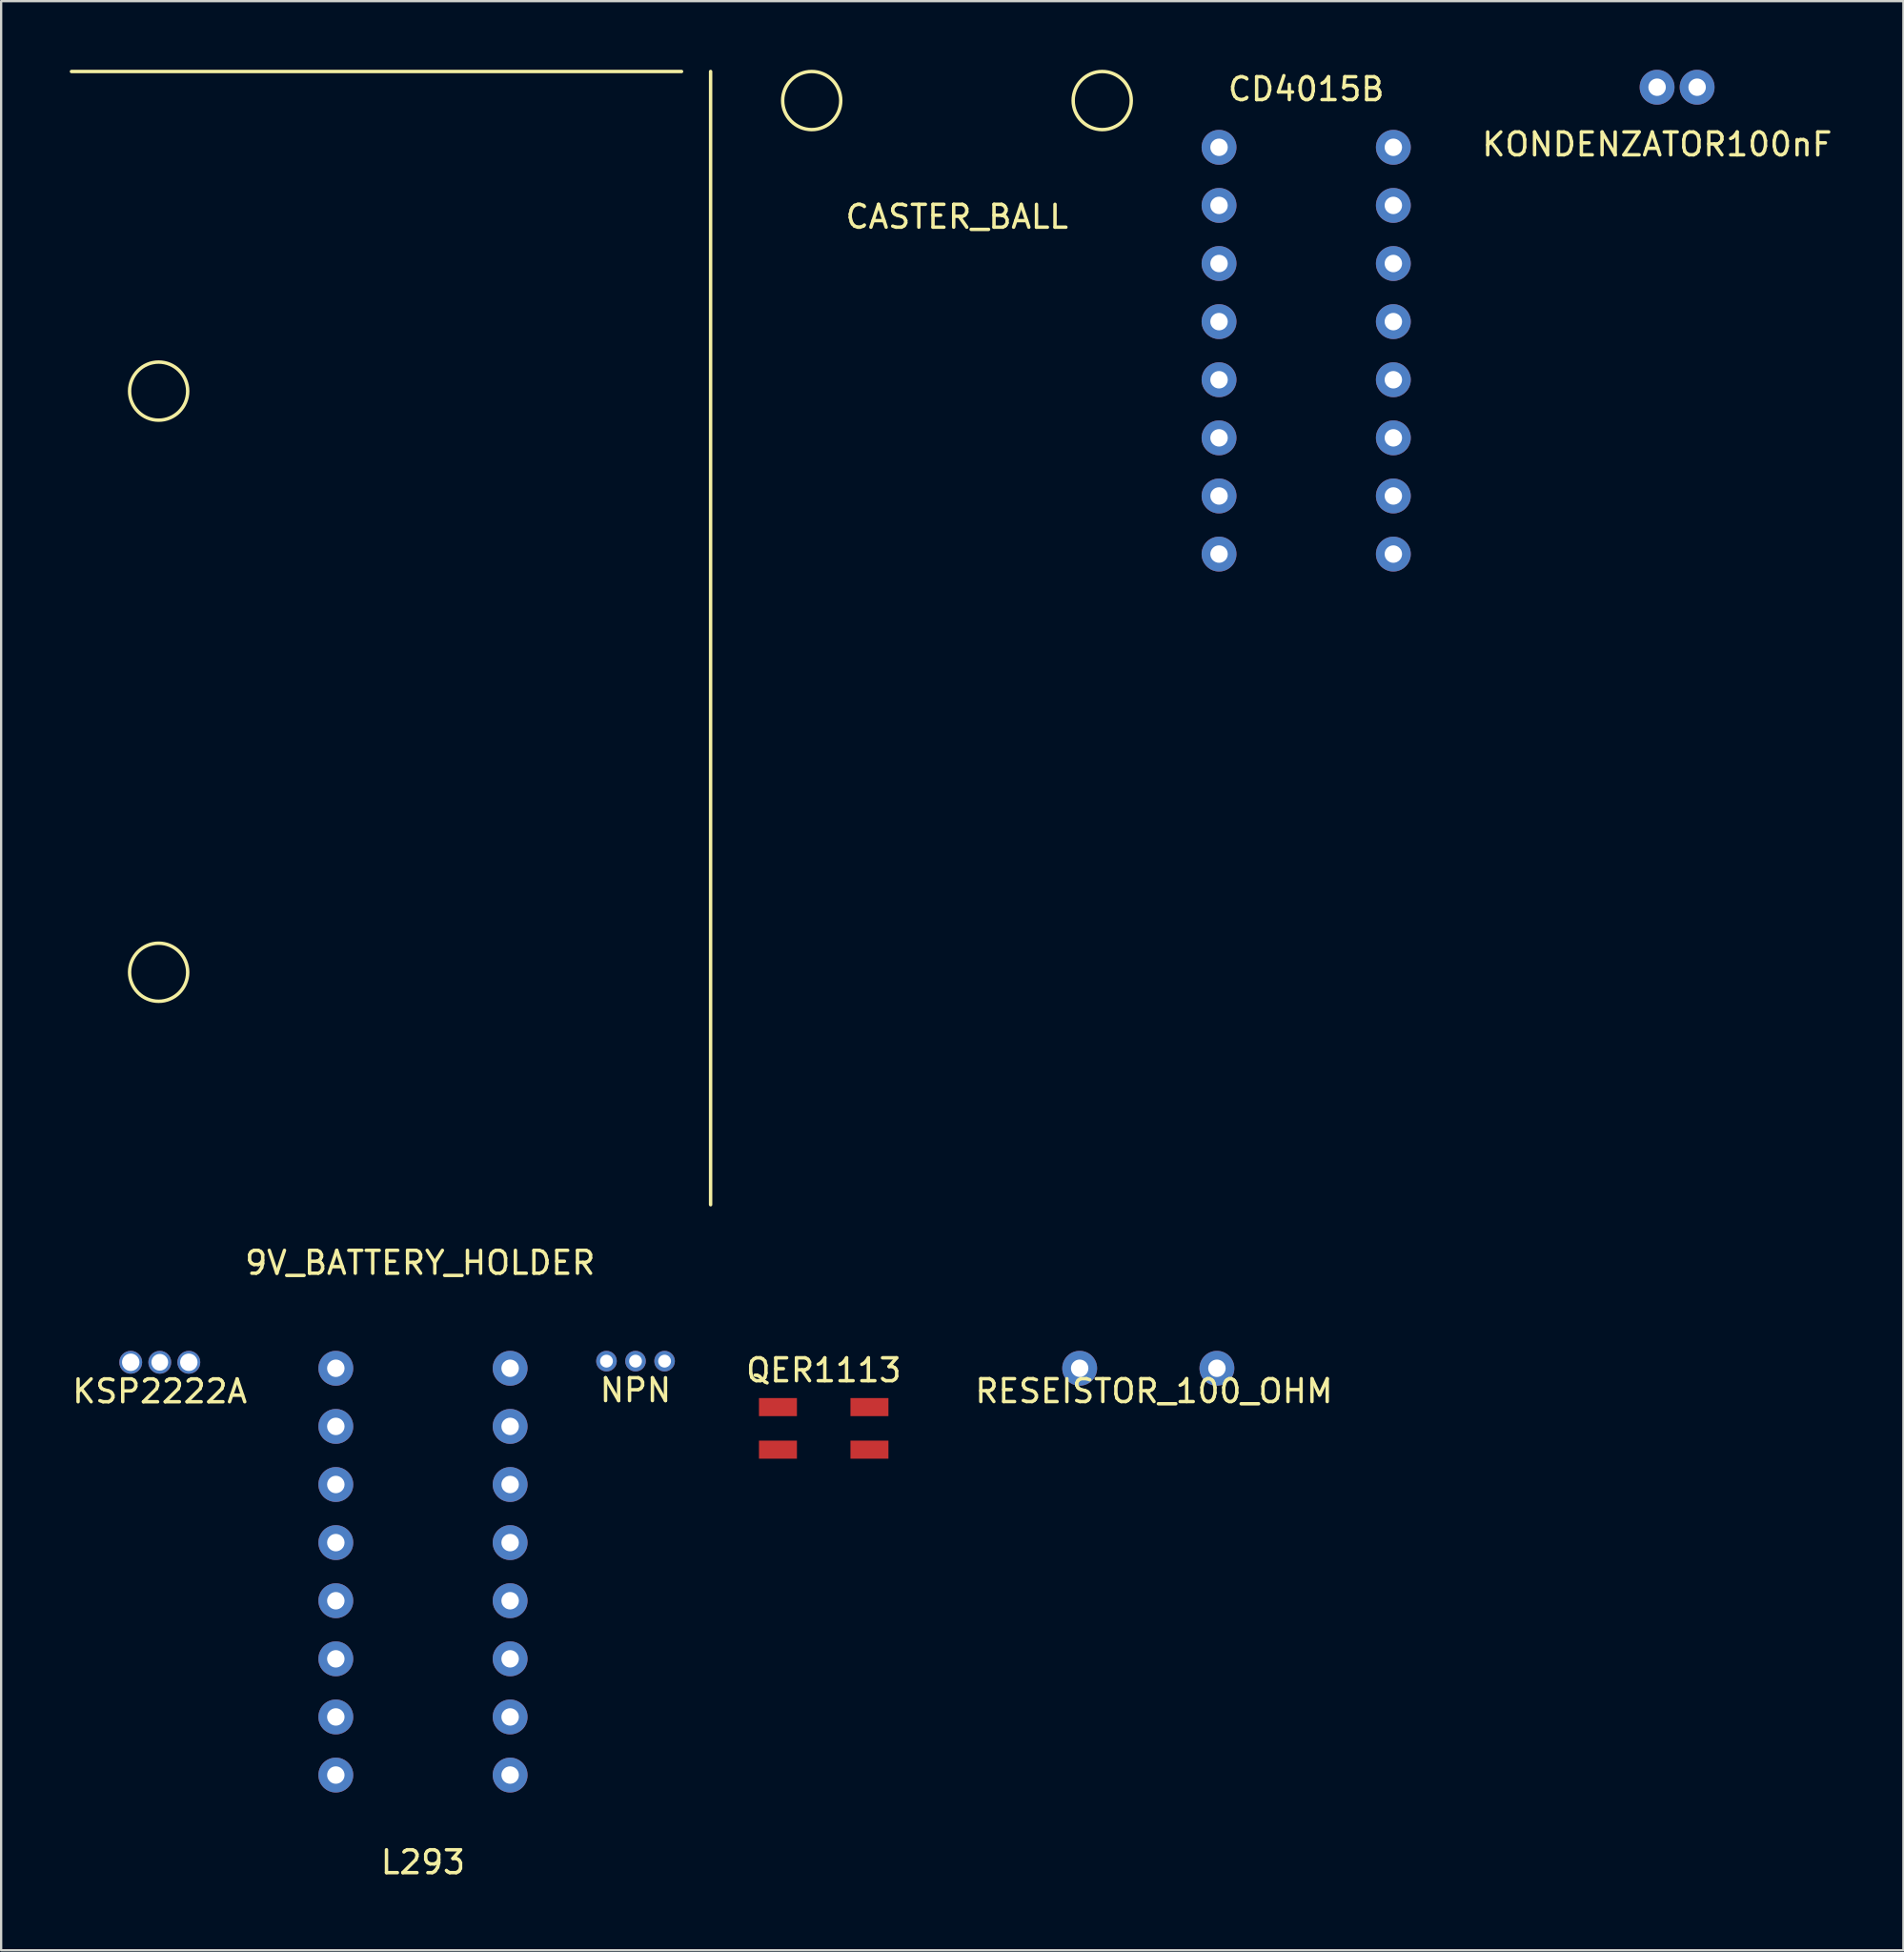
<source format=kicad_pcb>
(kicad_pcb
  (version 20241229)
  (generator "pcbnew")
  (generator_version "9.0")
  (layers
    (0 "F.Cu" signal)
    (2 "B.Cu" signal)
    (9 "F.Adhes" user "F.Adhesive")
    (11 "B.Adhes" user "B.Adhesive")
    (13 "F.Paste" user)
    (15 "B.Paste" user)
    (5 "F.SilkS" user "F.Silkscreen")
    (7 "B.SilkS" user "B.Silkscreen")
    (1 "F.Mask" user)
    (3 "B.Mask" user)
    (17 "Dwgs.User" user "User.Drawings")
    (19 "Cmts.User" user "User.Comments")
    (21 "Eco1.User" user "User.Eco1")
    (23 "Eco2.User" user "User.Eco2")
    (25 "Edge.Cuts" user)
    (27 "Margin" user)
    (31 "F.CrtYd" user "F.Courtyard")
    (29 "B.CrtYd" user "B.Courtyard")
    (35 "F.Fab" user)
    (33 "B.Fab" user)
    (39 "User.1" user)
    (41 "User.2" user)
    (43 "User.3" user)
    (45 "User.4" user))
  (footprint "KONDENZATOR100nF"
    (layer "F.Cu")
    (at 69.392 0.762)
    (property "Reference" "KONDENZATOR100nF" (at 0 2.5 0) (layer "F.SilkS") (effects (font (size 1 1) (thickness 0.15))))
    (attr through_hole)
    (pad "7" thru_hole circle (at 0 0) (size 1.524 1.524) (drill 0.762) (layers "*.Cu" "*.Mask"))
    (pad "8" thru_hole circle (at 1.75 0) (size 1.524 1.524) (drill 0.762) (layers "*.Cu" "*.Mask")))
  (footprint "9V_BATTERY_HOLDER"
    (layer "F.Cu")
    (at 15.315 49.605)
    (property "Reference" "9V_BATTERY_HOLDER" (at 0 2.54 0) (layer "F.SilkS") (effects (font (size 1 1) (thickness 0.15))))
    (attr through_hole)
    (fp_line (start 11.43 -49.53) (end -15.24 -49.53) (stroke (width 0.15) (type solid)) (layer "F.SilkS"))
    (fp_line (start 12.7 -49.53) (end 12.7 0) (stroke (width 0.15) (type solid)) (layer "F.SilkS"))
    (fp_circle (center -11.43 -35.56) (end -11.43 -36.83) (stroke (width 0.15) (type solid)) (fill no) (layer "F.SilkS"))
    (fp_circle (center -11.43 -10.16) (end -10.16 -10.16) (stroke (width 0.15) (type solid)) (fill no) (layer "F.SilkS")))
  (footprint "NPN"
    (layer "F.Cu")
    (at 24.733 56.443)
    (property "Reference" "NPN" (at 0 1.27 0) (layer "F.SilkS") (effects (font (size 1 1) (thickness 0.15))))
    (attr through_hole)
    (pad "1" thru_hole circle (at -1.27 0) (size 0.9 0.9) (drill 0.56) (layers "*.Cu" "*.Mask"))
    (pad "2" thru_hole circle (at 0 0) (size 0.9 0.9) (drill 0.56) (layers "*.Cu" "*.Mask"))
    (pad "3" thru_hole circle (at 1.27 0) (size 0.9 0.9) (drill 0.56) (layers "*.Cu" "*.Mask")))
  (footprint "RESEISTOR_100_OHM"
    (layer "F.Cu")
    (at 47.149 56.755)
    (property "Reference" "RESEISTOR_100_OHM" (at 0.25 1 0) (layer "F.SilkS") (effects (font (size 1 1) (thickness 0.15))))
    (attr through_hole)
    (pad "1" thru_hole circle (at -3 0) (size 1.524 1.524) (drill 0.762) (layers "*.Cu" "*.Mask"))
    (pad "3" thru_hole circle (at 3 0) (size 1.524 1.524) (drill 0.762) (layers "*.Cu" "*.Mask")))
  (footprint "KSP2222A"
    (layer "F.Cu")
    (at 3.935 56.493)
    (property "Reference" "KSP2222A" (at 0 1.27 0) (layer "F.SilkS") (effects (font (size 1 1) (thickness 0.15))))
    (attr through_hole)
    (pad "1" thru_hole circle (at -1.27 0) (size 1 1) (drill 0.762) (layers "*.Cu" "*.Mask"))
    (pad "2" thru_hole circle (at 0 0) (size 1 1) (drill 0.73) (layers "*.Cu" "*.Mask"))
    (pad "3" thru_hole circle (at 1.27 0) (size 1 1) (drill 0.762) (layers "*.Cu" "*.Mask")))
  (footprint "CD4015B"
    (layer "F.Cu")
    (at 54.052 12.278)
    (property "Reference" "CD4015B" (at 0 -11.43 0) (layer "F.SilkS") (effects (font (size 1 1) (thickness 0.15))))
    (attr through_hole)
    (pad "1" thru_hole circle (at -3.81 -8.89) (size 1.524 1.524) (drill 0.762) (layers "*.Cu" "*.Mask"))
    (pad "2" thru_hole circle (at -3.81 -6.35) (size 1.524 1.524) (drill 0.762) (layers "*.Cu" "*.Mask"))
    (pad "3" thru_hole circle (at -3.81 -3.81) (size 1.524 1.524) (drill 0.762) (layers "*.Cu" "*.Mask"))
    (pad "4" thru_hole circle (at -3.81 -1.27) (size 1.524 1.524) (drill 0.762) (layers "*.Cu" "*.Mask"))
    (pad "5" thru_hole circle (at -3.81 1.27) (size 1.524 1.524) (drill 0.762) (layers "*.Cu" "*.Mask"))
    (pad "6" thru_hole circle (at -3.81 3.81) (size 1.524 1.524) (drill 0.762) (layers "*.Cu" "*.Mask"))
    (pad "7" thru_hole circle (at -3.81 6.35) (size 1.524 1.524) (drill 0.762) (layers "*.Cu" "*.Mask"))
    (pad "8" thru_hole circle (at -3.81 8.89) (size 1.524 1.524) (drill 0.762) (layers "*.Cu" "*.Mask"))
    (pad "9" thru_hole circle (at 3.81 8.89) (size 1.524 1.524) (drill 0.762) (layers "*.Cu" "*.Mask"))
    (pad "10" thru_hole circle (at 3.81 6.35) (size 1.524 1.524) (drill 0.762) (layers "*.Cu" "*.Mask"))
    (pad "11" thru_hole circle (at 3.81 3.81) (size 1.524 1.524) (drill 0.762) (layers "*.Cu" "*.Mask"))
    (pad "12" thru_hole circle (at 3.81 1.27) (size 1.524 1.524) (drill 0.762) (layers "*.Cu" "*.Mask"))
    (pad "13" thru_hole circle (at 3.81 -1.27) (size 1.524 1.524) (drill 0.762) (layers "*.Cu" "*.Mask"))
    (pad "14" thru_hole circle (at 3.81 -3.81) (size 1.524 1.524) (drill 0.762) (layers "*.Cu" "*.Mask"))
    (pad "15" thru_hole circle (at 3.81 -6.35) (size 1.524 1.524) (drill 0.762) (layers "*.Cu" "*.Mask"))
    (pad "16" thru_hole circle (at 3.81 -8.89) (size 1.524 1.524) (drill 0.762) (layers "*.Cu" "*.Mask")))
  (footprint "CASTER_BALL"
    (layer "F.Cu")
    (at 38.785 1.345)
    (property "Reference" "CASTER_BALL" (at 0 5.08 0) (layer "F.SilkS") (effects (font (size 1 1) (thickness 0.15))))
    (attr through_hole)
    (fp_circle (center -6.35 0) (end -6.35 -1.27) (stroke (width 0.15) (type solid)) (fill no) (layer "F.SilkS"))
    (fp_circle (center 6.35 0) (end 6.35 -1.27) (stroke (width 0.15) (type solid)) (fill no) (layer "F.SilkS")))
  (footprint "L293"
    (layer "F.Cu")
    (at 15.441 68.185)
    (property "Reference" "L293" (at 0 10.16 180) (layer "F.SilkS") (effects (font (size 1 1) (thickness 0.15))))
    (attr through_hole)
    (pad "1" thru_hole circle (at -3.81 -11.43 90) (size 1.524 1.524) (drill 0.762) (layers "*.Cu" "*.Mask"))
    (pad "2" thru_hole circle (at -3.81 -8.89 90) (size 1.524 1.524) (drill 0.762) (layers "*.Cu" "*.Mask"))
    (pad "3" thru_hole circle (at -3.81 -6.35 90) (size 1.524 1.524) (drill 0.762) (layers "*.Cu" "*.Mask"))
    (pad "4" thru_hole circle (at -3.81 -3.81 90) (size 1.524 1.524) (drill 0.762) (layers "*.Cu" "*.Mask"))
    (pad "5" thru_hole circle (at -3.81 -1.27 90) (size 1.524 1.524) (drill 0.762) (layers "*.Cu" "*.Mask"))
    (pad "6" thru_hole circle (at -3.81 1.27 90) (size 1.524 1.524) (drill 0.762) (layers "*.Cu" "*.Mask"))
    (pad "7" thru_hole circle (at -3.81 3.81 90) (size 1.524 1.524) (drill 0.762) (layers "*.Cu" "*.Mask"))
    (pad "8" thru_hole circle (at -3.81 6.35 90) (size 1.524 1.524) (drill 0.762) (layers "*.Cu" "*.Mask"))
    (pad "9" thru_hole circle (at 3.81 6.35 90) (size 1.524 1.524) (drill 0.762) (layers "*.Cu" "*.Mask"))
    (pad "10" thru_hole circle (at 3.81 3.81 90) (size 1.524 1.524) (drill 0.762) (layers "*.Cu" "*.Mask"))
    (pad "11" thru_hole circle (at 3.81 1.27 90) (size 1.524 1.524) (drill 0.762) (layers "*.Cu" "*.Mask"))
    (pad "12" thru_hole circle (at 3.81 -1.27 90) (size 1.524 1.524) (drill 0.762) (layers "*.Cu" "*.Mask"))
    (pad "13" thru_hole circle (at 3.81 -3.81 90) (size 1.524 1.524) (drill 0.762) (layers "*.Cu" "*.Mask"))
    (pad "14" thru_hole circle (at 3.81 -6.35 90) (size 1.524 1.524) (drill 0.762) (layers "*.Cu" "*.Mask"))
    (pad "15" thru_hole circle (at 3.81 -8.89 90) (size 1.524 1.524) (drill 0.762) (layers "*.Cu" "*.Mask"))
    (pad "16" thru_hole circle (at 3.81 -11.43 90) (size 1.524 1.524) (drill 0.762) (layers "*.Cu" "*.Mask")))
  (footprint "QER1113"
    (layer "F.Cu")
    (at 32.959 59.382)
    (property "Reference" "QER1113" (at 0 -2.54 0) (layer "F.SilkS") (effects (font (size 1 1) (thickness 0.15))))
    (attr through_hole)
    (pad "1" smd rect (at -2 -0.93) (size 1.66 0.79) (layers "F.Cu" "F.Mask" "F.Paste"))
    (pad "2" smd rect (at -2 0.93) (size 1.66 0.79) (layers "F.Cu" "F.Mask" "F.Paste"))
    (pad "3" smd rect (at 2 0.93) (size 1.66 0.79) (layers "F.Cu" "F.Mask" "F.Paste"))
    (pad "4" smd rect (at 2 -0.93) (size 1.66 0.79) (layers "F.Cu" "F.Mask" "F.Paste")))
  (gr_rect
    (start -3 -3)
    (end 80.16 82.194)
    (stroke (width 0.1) (type default))
    (fill no)
    (layer "Edge.Cuts")))
</source>
